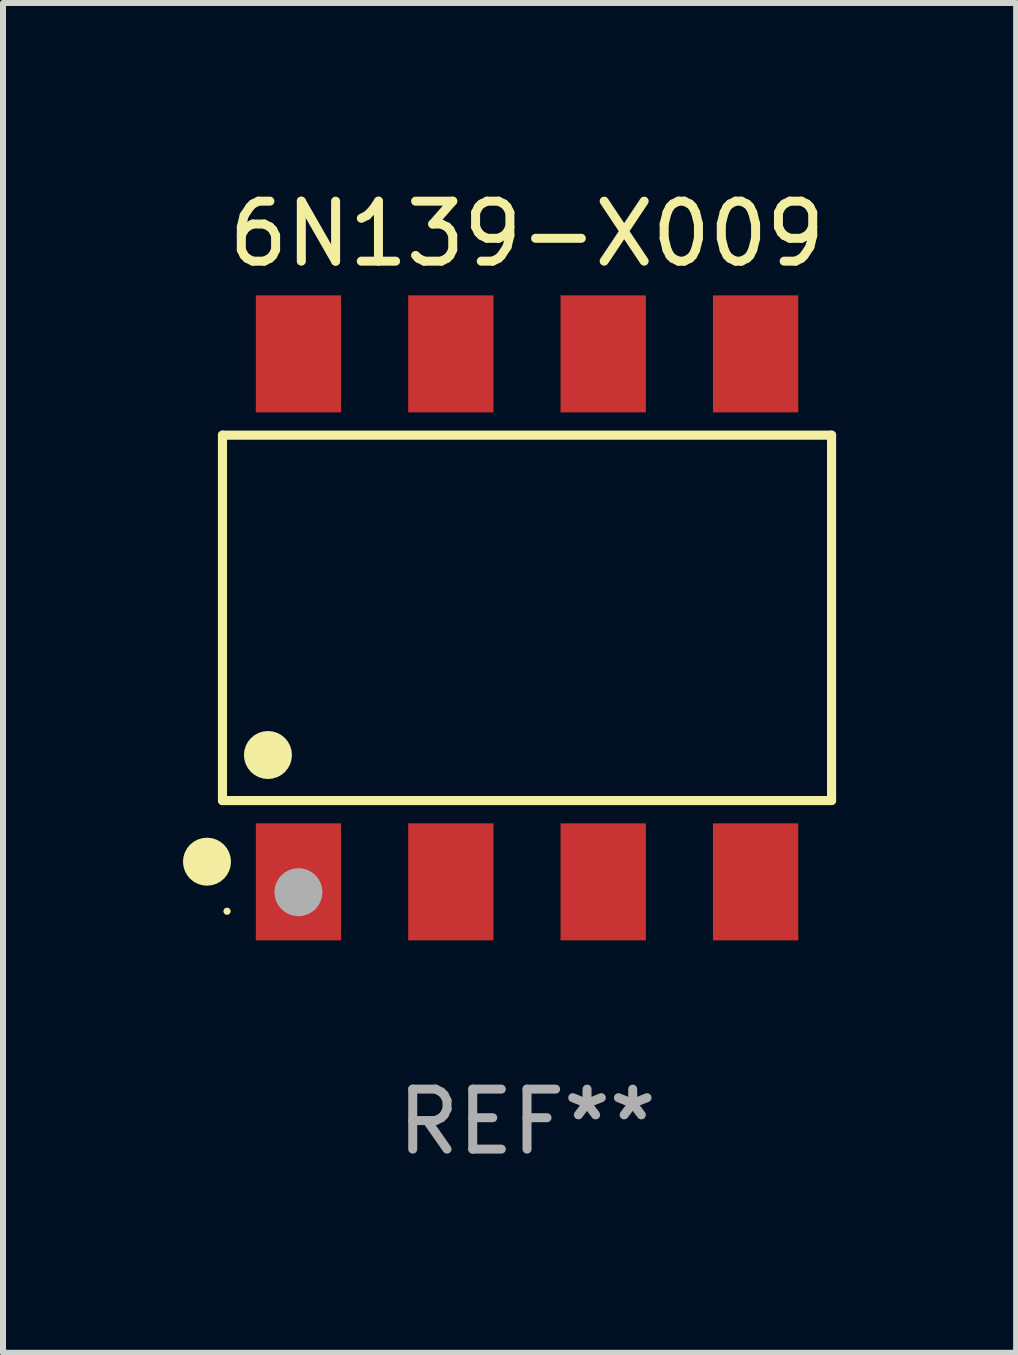
<source format=kicad_pcb>
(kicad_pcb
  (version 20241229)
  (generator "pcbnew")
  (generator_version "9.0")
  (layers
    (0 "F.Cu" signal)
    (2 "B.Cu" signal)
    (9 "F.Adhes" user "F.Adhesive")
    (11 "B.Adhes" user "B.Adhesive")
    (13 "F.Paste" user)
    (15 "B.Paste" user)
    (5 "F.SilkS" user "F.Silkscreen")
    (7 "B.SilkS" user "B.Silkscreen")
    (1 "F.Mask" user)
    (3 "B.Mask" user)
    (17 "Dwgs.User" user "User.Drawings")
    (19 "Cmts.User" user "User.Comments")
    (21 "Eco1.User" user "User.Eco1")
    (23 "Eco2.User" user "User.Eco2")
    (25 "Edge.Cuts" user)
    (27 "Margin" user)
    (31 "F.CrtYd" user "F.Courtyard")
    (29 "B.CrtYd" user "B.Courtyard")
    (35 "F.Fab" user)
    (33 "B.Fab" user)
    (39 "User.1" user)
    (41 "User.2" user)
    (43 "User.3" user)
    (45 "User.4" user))
  (footprint "6N139-X009"
    (layer "F.Cu")
    (at 5.734 7.248)
    (property "Reference" "6N139-X009" (at 0 -6.4 0) (layer "F.SilkS") (effects (font (size 1 1) (thickness 0.15))))
    (attr through_hole)
    (fp_line (start -5.076 -3.045) (end 5.076 -3.045) (stroke (width 0.152) (type solid)) (layer "F.SilkS"))
    (fp_line (start -5.076 3.045) (end -5.076 -3.045) (stroke (width 0.152) (type solid)) (layer "F.SilkS"))
    (fp_line (start 5.076 -3.045) (end 5.076 3.045) (stroke (width 0.152) (type solid)) (layer "F.SilkS"))
    (fp_line (start 5.076 3.045) (end -5.076 3.045) (stroke (width 0.152) (type solid)) (layer "F.SilkS"))
    (fp_circle (center -5.334 4.064) (end -5.134 4.064) (stroke (width 0.4) (type solid)) (fill no) (layer "F.SilkS"))
    (fp_circle (center -5 4.89) (end -4.97 4.89) (stroke (width 0.06) (type solid)) (fill no) (layer "F.SilkS"))
    (fp_circle (center -4.318 2.286) (end -4.118 2.286) (stroke (width 0.4) (type solid)) (fill no) (layer "F.SilkS"))
    (fp_circle (center -3.81 4.572) (end -3.61 4.572) (stroke (width 0.4) (type solid)) (fill no) (layer "F.Fab"))
    (fp_text user "REF**" (at 0 8.4 0) (layer "F.Fab") (effects (font (size 1 1) (thickness 0.15))))
    (pad "1" smd rect (at -3.81 4.4) (size 1.422 1.95) (layers "F.Cu" "F.Mask" "F.Paste"))
    (pad "2" smd rect (at -1.27 4.4) (size 1.422 1.95) (layers "F.Cu" "F.Mask" "F.Paste"))
    (pad "3" smd rect (at 1.27 4.4) (size 1.422 1.95) (layers "F.Cu" "F.Mask" "F.Paste"))
    (pad "4" smd rect (at 3.81 4.4) (size 1.422 1.95) (layers "F.Cu" "F.Mask" "F.Paste"))
    (pad "5" smd rect (at 3.81 -4.4) (size 1.422 1.95) (layers "F.Cu" "F.Mask" "F.Paste"))
    (pad "6" smd rect (at 1.27 -4.4) (size 1.422 1.95) (layers "F.Cu" "F.Mask" "F.Paste"))
    (pad "7" smd rect (at -1.27 -4.4) (size 1.422 1.95) (layers "F.Cu" "F.Mask" "F.Paste"))
    (pad "8" smd rect (at -3.81 -4.4) (size 1.422 1.95) (layers "F.Cu" "F.Mask" "F.Paste")))
  (gr_rect
    (start -3 -3)
    (end 13.886 19.497)
    (stroke (width 0.1) (type default))
    (fill no)
    (layer "Edge.Cuts")))
</source>
